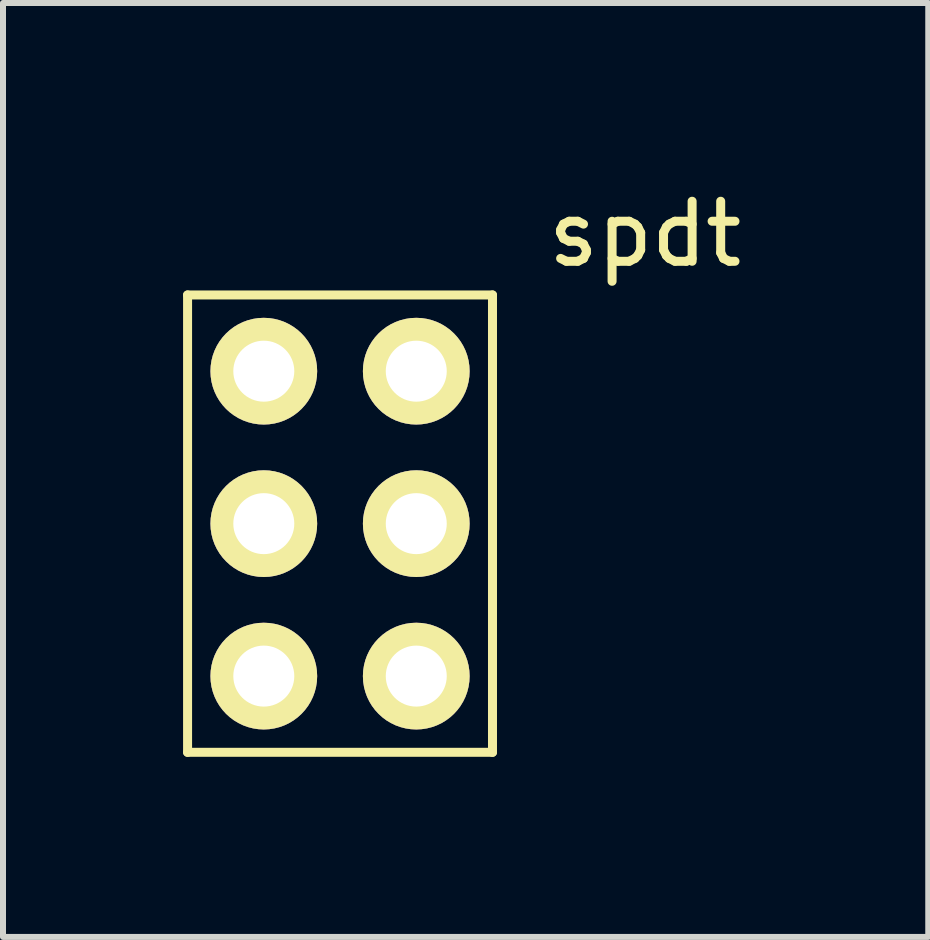
<source format=kicad_pcb>
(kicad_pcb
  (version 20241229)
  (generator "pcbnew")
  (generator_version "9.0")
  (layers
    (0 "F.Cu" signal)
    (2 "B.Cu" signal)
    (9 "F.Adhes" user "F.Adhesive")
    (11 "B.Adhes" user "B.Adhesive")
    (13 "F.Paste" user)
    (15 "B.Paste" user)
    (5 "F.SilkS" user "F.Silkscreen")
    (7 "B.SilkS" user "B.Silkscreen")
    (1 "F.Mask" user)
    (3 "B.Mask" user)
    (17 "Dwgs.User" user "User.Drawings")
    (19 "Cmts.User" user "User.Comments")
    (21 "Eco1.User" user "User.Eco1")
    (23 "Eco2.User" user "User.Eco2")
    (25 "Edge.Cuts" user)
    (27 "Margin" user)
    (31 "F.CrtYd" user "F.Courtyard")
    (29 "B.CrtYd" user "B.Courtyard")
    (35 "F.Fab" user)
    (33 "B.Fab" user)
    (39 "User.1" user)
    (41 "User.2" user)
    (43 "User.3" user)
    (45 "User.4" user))
  (footprint "spdt"
    (layer "F.Cu")
    (at 2.615 3.134)
    (property "Reference" "spdt" (at 5.08 -2.286 0) (layer "F.SilkS") (effects (font (size 1 1) (thickness 0.15))))
    (attr through_hole)
    (fp_line (start -2.54 -1.27) (end 2.54 -1.27) (stroke (width 0.15) (type solid)) (layer "F.SilkS"))
    (fp_line (start -2.54 6.35) (end -2.54 -1.27) (stroke (width 0.15) (type solid)) (layer "F.SilkS"))
    (fp_line (start 2.54 -1.27) (end 2.54 6.35) (stroke (width 0.15) (type solid)) (layer "F.SilkS"))
    (fp_line (start 2.54 6.35) (end -2.54 6.35) (stroke (width 0.15) (type solid)) (layer "F.SilkS"))
    (pad "1" thru_hole circle (at -1.27 2.54) (size 1.778 1.778) (drill 1.016) (layers "*.Cu" "*.Mask" "F.SilkS"))
    (pad "2" thru_hole circle (at -1.27 0) (size 1.778 1.778) (drill 1.016) (layers "*.Cu" "*.Mask" "F.SilkS"))
    (pad "3" thru_hole circle (at -1.27 5.08) (size 1.778 1.778) (drill 1.016) (layers "*.Cu" "*.Mask" "F.SilkS"))
    (pad "4" thru_hole circle (at 1.27 2.54) (size 1.778 1.778) (drill 1.016) (layers "*.Cu" "*.Mask" "F.SilkS"))
    (pad "5" thru_hole circle (at 1.27 0) (size 1.778 1.778) (drill 1.016) (layers "*.Cu" "*.Mask" "F.SilkS"))
    (pad "6" thru_hole circle (at 1.27 5.08) (size 1.778 1.778) (drill 1.016) (layers "*.Cu" "*.Mask" "F.SilkS")))
  (gr_rect
    (start -3 -3)
    (end 12.415 12.559)
    (stroke (width 0.1) (type default))
    (fill no)
    (layer "Edge.Cuts")))
</source>
